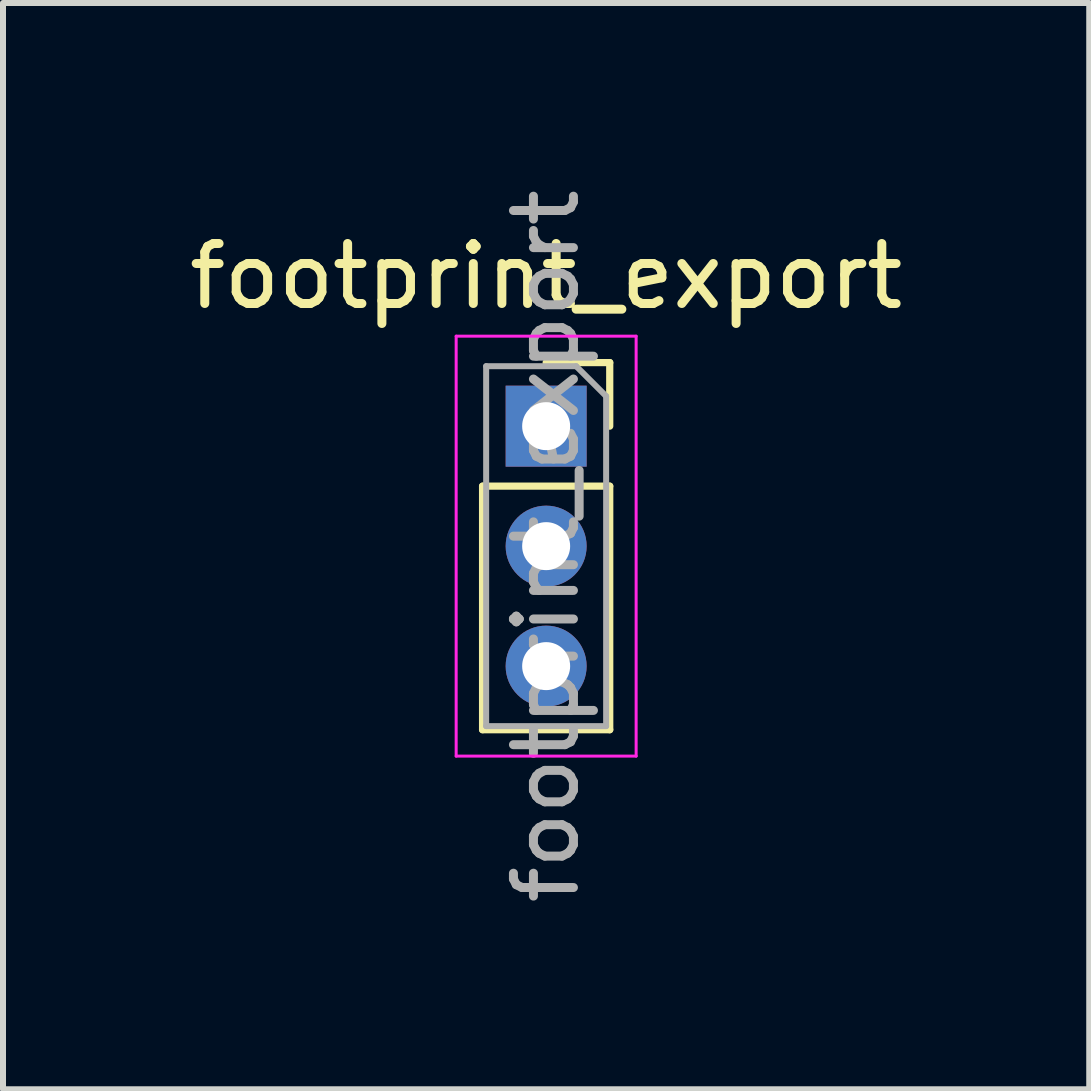
<source format=kicad_pcb>
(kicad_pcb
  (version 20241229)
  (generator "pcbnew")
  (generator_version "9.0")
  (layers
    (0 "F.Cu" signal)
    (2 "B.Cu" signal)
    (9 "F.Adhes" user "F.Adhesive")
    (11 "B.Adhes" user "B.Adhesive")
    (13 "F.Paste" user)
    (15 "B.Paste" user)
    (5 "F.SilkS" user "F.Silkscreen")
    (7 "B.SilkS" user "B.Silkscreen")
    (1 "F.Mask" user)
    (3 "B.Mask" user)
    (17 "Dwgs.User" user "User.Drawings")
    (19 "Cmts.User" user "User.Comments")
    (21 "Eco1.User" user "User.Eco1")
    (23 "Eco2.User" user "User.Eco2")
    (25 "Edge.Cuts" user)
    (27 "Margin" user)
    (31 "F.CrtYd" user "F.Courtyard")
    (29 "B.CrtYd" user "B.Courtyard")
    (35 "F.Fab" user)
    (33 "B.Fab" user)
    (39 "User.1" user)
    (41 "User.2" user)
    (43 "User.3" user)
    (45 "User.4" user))
  (footprint "footprint_export"
    (layer "F.Cu")
    (at 6.054 4.054)
    (property "Reference" "footprint_export" (at 0 -2.5 0) (layer "F.SilkS") (effects (font (size 1 1) (thickness 0.15))))
    (attr through_hole)
    (fp_line (start -1.06 1) (end -1.06 5.06) (stroke (width 0.12) (type solid)) (layer "F.SilkS"))
    (fp_line (start -1.06 1) (end 1.06 1) (stroke (width 0.12) (type solid)) (layer "F.SilkS"))
    (fp_line (start -1.06 5.06) (end 1.06 5.06) (stroke (width 0.12) (type solid)) (layer "F.SilkS"))
    (fp_line (start 0 -1.06) (end 1.06 -1.06) (stroke (width 0.12) (type solid)) (layer "F.SilkS"))
    (fp_line (start 1.06 -1.06) (end 1.06 0) (stroke (width 0.12) (type solid)) (layer "F.SilkS"))
    (fp_line (start 1.06 1) (end 1.06 5.06) (stroke (width 0.12) (type solid)) (layer "F.SilkS"))
    (fp_line (start -1.5 -1.5) (end 1.5 -1.5) (stroke (width 0.05) (type solid)) (layer "F.CrtYd"))
    (fp_line (start -1.5 5.5) (end -1.5 -1.5) (stroke (width 0.05) (type solid)) (layer "F.CrtYd"))
    (fp_line (start 1.5 -1.5) (end 1.5 5.5) (stroke (width 0.05) (type solid)) (layer "F.CrtYd"))
    (fp_line (start 1.5 5.5) (end -1.5 5.5) (stroke (width 0.05) (type solid)) (layer "F.CrtYd"))
    (fp_line (start -1 -1) (end 0.5 -1) (stroke (width 0.1) (type solid)) (layer "F.Fab"))
    (fp_line (start -1 5) (end -1 -1) (stroke (width 0.1) (type solid)) (layer "F.Fab"))
    (fp_line (start 0.5 -1) (end 1 -0.5) (stroke (width 0.1) (type solid)) (layer "F.Fab"))
    (fp_line (start 1 -0.5) (end 1 5) (stroke (width 0.1) (type solid)) (layer "F.Fab"))
    (fp_line (start 1 5) (end -1 5) (stroke (width 0.1) (type solid)) (layer "F.Fab"))
    (fp_text user "${REFERENCE}" (at 0 2 90) (layer "F.Fab") (effects (font (size 1 1) (thickness 0.15))))
    (pad "1" thru_hole rect (at 0 0) (size 1.35 1.35) (drill 0.8) (layers "*.Cu" "*.Mask"))
    (pad "2" thru_hole oval (at 0 2) (size 1.35 1.35) (drill 0.8) (layers "*.Cu" "*.Mask"))
    (pad "3" thru_hole oval (at 0 4) (size 1.35 1.35) (drill 0.8) (layers "*.Cu" "*.Mask")))
  (gr_rect
    (start -3 -3)
    (end 15.107 15.107)
    (stroke (width 0.1) (type default))
    (fill no)
    (layer "Edge.Cuts")))
</source>
